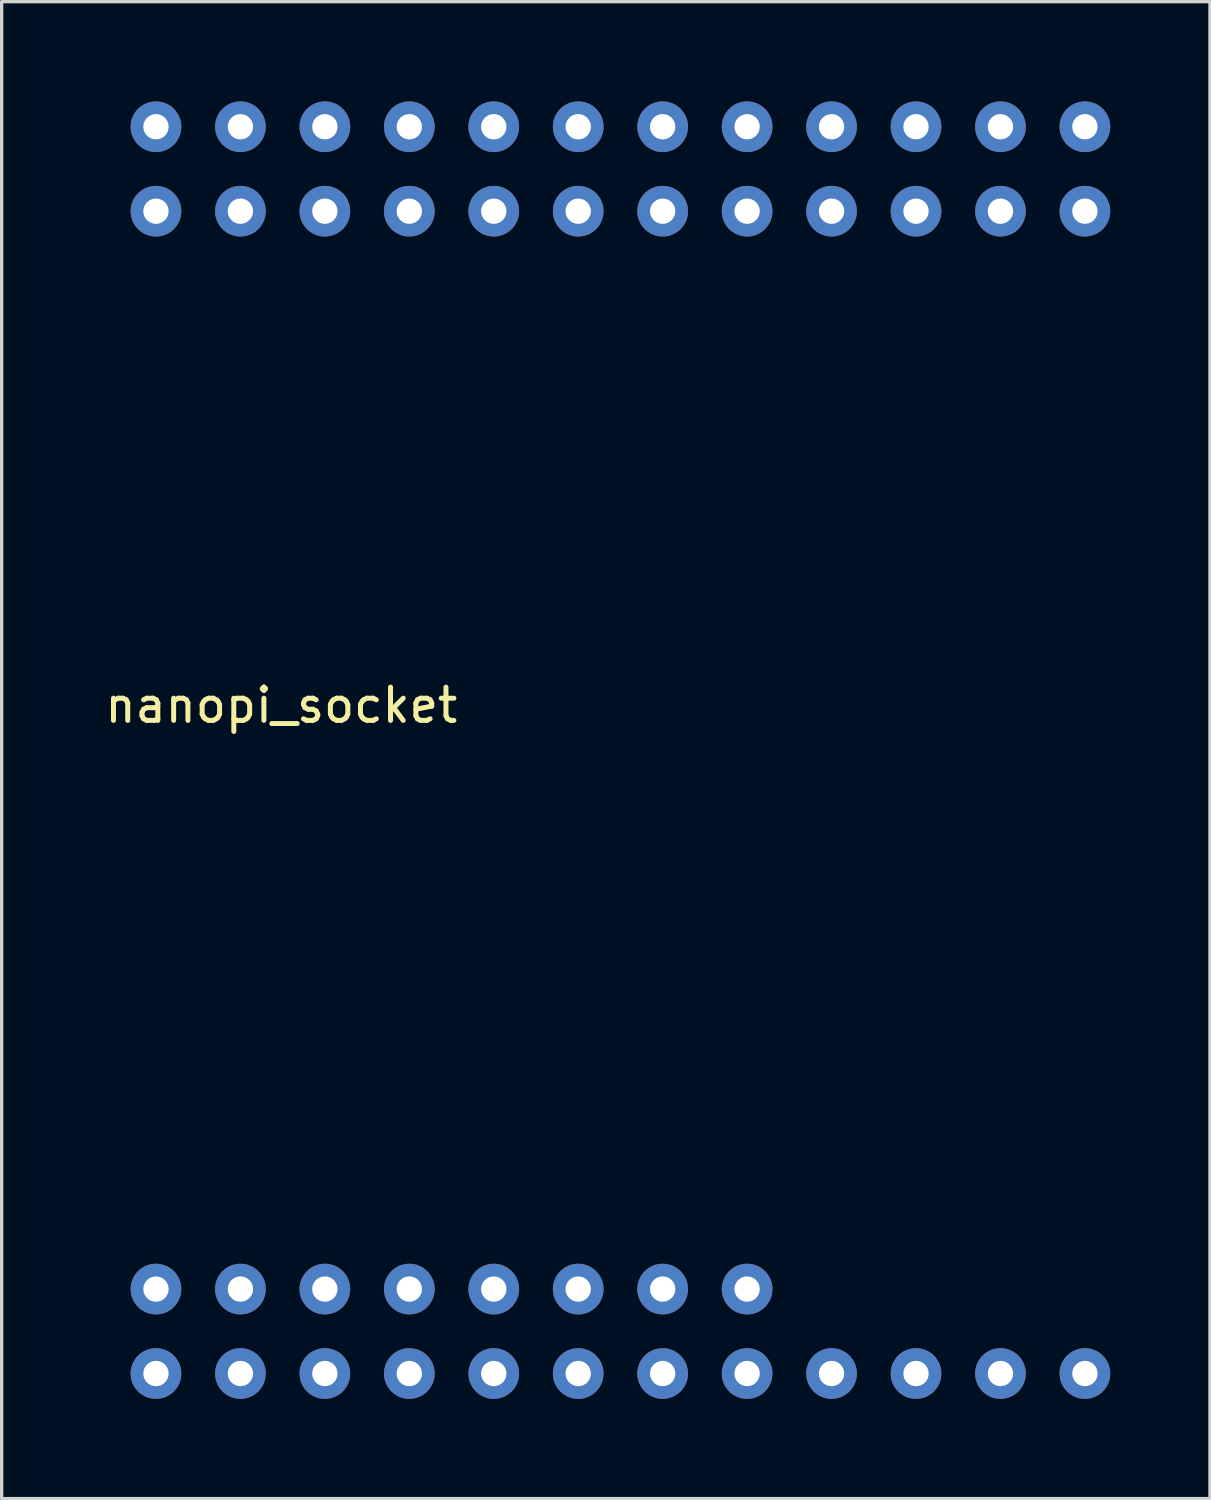
<source format=kicad_pcb>
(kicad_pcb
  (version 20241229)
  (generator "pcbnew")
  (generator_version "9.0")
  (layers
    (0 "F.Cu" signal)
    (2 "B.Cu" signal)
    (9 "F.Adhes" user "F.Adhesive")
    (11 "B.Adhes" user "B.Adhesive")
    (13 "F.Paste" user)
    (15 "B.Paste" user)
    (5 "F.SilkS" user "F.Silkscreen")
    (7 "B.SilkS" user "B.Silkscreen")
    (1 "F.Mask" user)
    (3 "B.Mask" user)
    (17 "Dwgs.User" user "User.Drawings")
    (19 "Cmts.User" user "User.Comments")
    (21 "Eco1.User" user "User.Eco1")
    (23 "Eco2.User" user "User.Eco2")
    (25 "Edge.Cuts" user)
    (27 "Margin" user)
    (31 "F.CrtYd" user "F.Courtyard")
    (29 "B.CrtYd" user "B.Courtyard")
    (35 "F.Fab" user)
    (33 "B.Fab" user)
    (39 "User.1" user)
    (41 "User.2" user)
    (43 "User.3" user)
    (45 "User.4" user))
  (footprint "nanopi_socket"
    (layer "F.Cu")
    (at 1.641 38.262)
    (property "Reference" "nanopi_socket" (at 3.77 -20.1 0) (layer "F.SilkS") (effects (font (size 1 1) (thickness 0.15))))
    (attr through_hole)
    (pad "1" thru_hole circle (at 0 0) (size 1.524 1.524) (drill 0.762) (layers "*.Cu" "*.Mask"))
    (pad "2" thru_hole circle (at 2.54 0) (size 1.524 1.524) (drill 0.762) (layers "*.Cu" "*.Mask"))
    (pad "3" thru_hole circle (at 5.08 0) (size 1.524 1.524) (drill 0.762) (layers "*.Cu" "*.Mask"))
    (pad "4" thru_hole circle (at 7.62 0) (size 1.524 1.524) (drill 0.762) (layers "*.Cu" "*.Mask"))
    (pad "5" thru_hole circle (at 10.16 0) (size 1.524 1.524) (drill 0.762) (layers "*.Cu" "*.Mask"))
    (pad "6" thru_hole circle (at 12.7 0) (size 1.524 1.524) (drill 0.762) (layers "*.Cu" "*.Mask"))
    (pad "7" thru_hole circle (at 15.24 0) (size 1.524 1.524) (drill 0.762) (layers "*.Cu" "*.Mask"))
    (pad "8" thru_hole circle (at 17.78 0) (size 1.524 1.524) (drill 0.762) (layers "*.Cu" "*.Mask"))
    (pad "9" thru_hole circle (at 20.32 0) (size 1.524 1.524) (drill 0.762) (layers "*.Cu" "*.Mask"))
    (pad "10" thru_hole circle (at 22.86 0) (size 1.524 1.524) (drill 0.762) (layers "*.Cu" "*.Mask"))
    (pad "11" thru_hole circle (at 25.4 0) (size 1.524 1.524) (drill 0.762) (layers "*.Cu" "*.Mask"))
    (pad "12" thru_hole circle (at 27.94 0) (size 1.524 1.524) (drill 0.762) (layers "*.Cu" "*.Mask"))
    (pad "13" thru_hole circle (at 0 -2.54) (size 1.524 1.524) (drill 0.762) (layers "*.Cu" "*.Mask"))
    (pad "14" thru_hole circle (at 2.54 -2.54) (size 1.524 1.524) (drill 0.762) (layers "*.Cu" "*.Mask"))
    (pad "15" thru_hole circle (at 5.08 -2.54) (size 1.524 1.524) (drill 0.762) (layers "*.Cu" "*.Mask"))
    (pad "16" thru_hole circle (at 7.62 -2.54) (size 1.524 1.524) (drill 0.762) (layers "*.Cu" "*.Mask"))
    (pad "17" thru_hole circle (at 10.16 -2.54) (size 1.524 1.524) (drill 0.762) (layers "*.Cu" "*.Mask"))
    (pad "18" thru_hole circle (at 12.7 -2.54) (size 1.524 1.524) (drill 0.762) (layers "*.Cu" "*.Mask"))
    (pad "19" thru_hole circle (at 15.24 -2.54) (size 1.524 1.524) (drill 0.762) (layers "*.Cu" "*.Mask"))
    (pad "20" thru_hole circle (at 17.78 -2.54) (size 1.524 1.524) (drill 0.762) (layers "*.Cu" "*.Mask"))
    (pad "21" thru_hole circle (at 0 -37.5) (size 1.524 1.524) (drill 0.762) (layers "*.Cu" "*.Mask"))
    (pad "22" thru_hole circle (at 2.54 -37.5) (size 1.524 1.524) (drill 0.762) (layers "*.Cu" "*.Mask"))
    (pad "23" thru_hole circle (at 5.08 -37.5) (size 1.524 1.524) (drill 0.762) (layers "*.Cu" "*.Mask"))
    (pad "24" thru_hole circle (at 7.62 -37.5) (size 1.524 1.524) (drill 0.762) (layers "*.Cu" "*.Mask"))
    (pad "25" thru_hole circle (at 10.16 -37.5) (size 1.524 1.524) (drill 0.762) (layers "*.Cu" "*.Mask"))
    (pad "26" thru_hole circle (at 12.7 -37.5) (size 1.524 1.524) (drill 0.762) (layers "*.Cu" "*.Mask"))
    (pad "27" thru_hole circle (at 15.24 -37.5) (size 1.524 1.524) (drill 0.762) (layers "*.Cu" "*.Mask"))
    (pad "28" thru_hole circle (at 17.78 -37.5) (size 1.524 1.524) (drill 0.762) (layers "*.Cu" "*.Mask"))
    (pad "29" thru_hole circle (at 20.32 -37.5) (size 1.524 1.524) (drill 0.762) (layers "*.Cu" "*.Mask"))
    (pad "30" thru_hole circle (at 22.86 -37.5) (size 1.524 1.524) (drill 0.762) (layers "*.Cu" "*.Mask"))
    (pad "31" thru_hole circle (at 25.4 -37.5) (size 1.524 1.524) (drill 0.762) (layers "*.Cu" "*.Mask"))
    (pad "32" thru_hole circle (at 27.94 -37.5) (size 1.524 1.524) (drill 0.762) (layers "*.Cu" "*.Mask"))
    (pad "33" thru_hole circle (at 0 -34.96) (size 1.524 1.524) (drill 0.762) (layers "*.Cu" "*.Mask"))
    (pad "34" thru_hole circle (at 2.54 -34.96) (size 1.524 1.524) (drill 0.762) (layers "*.Cu" "*.Mask"))
    (pad "35" thru_hole circle (at 5.08 -34.96) (size 1.524 1.524) (drill 0.762) (layers "*.Cu" "*.Mask"))
    (pad "36" thru_hole circle (at 7.62 -34.96) (size 1.524 1.524) (drill 0.762) (layers "*.Cu" "*.Mask"))
    (pad "37" thru_hole circle (at 10.16 -34.96) (size 1.524 1.524) (drill 0.762) (layers "*.Cu" "*.Mask"))
    (pad "38" thru_hole circle (at 12.7 -34.96) (size 1.524 1.524) (drill 0.762) (layers "*.Cu" "*.Mask"))
    (pad "39" thru_hole circle (at 15.24 -34.96) (size 1.524 1.524) (drill 0.762) (layers "*.Cu" "*.Mask"))
    (pad "40" thru_hole circle (at 17.78 -34.96) (size 1.524 1.524) (drill 0.762) (layers "*.Cu" "*.Mask"))
    (pad "41" thru_hole circle (at 20.32 -34.96) (size 1.524 1.524) (drill 0.762) (layers "*.Cu" "*.Mask"))
    (pad "42" thru_hole circle (at 22.86 -34.96) (size 1.524 1.524) (drill 0.762) (layers "*.Cu" "*.Mask"))
    (pad "43" thru_hole circle (at 25.4 -34.96) (size 1.524 1.524) (drill 0.762) (layers "*.Cu" "*.Mask"))
    (pad "44" thru_hole circle (at 27.94 -34.96) (size 1.524 1.524) (drill 0.762) (layers "*.Cu" "*.Mask")))
  (gr_rect
    (start -3 -3)
    (end 33.343 42.024)
    (stroke (width 0.1) (type default))
    (fill no)
    (layer "Edge.Cuts")))
</source>
